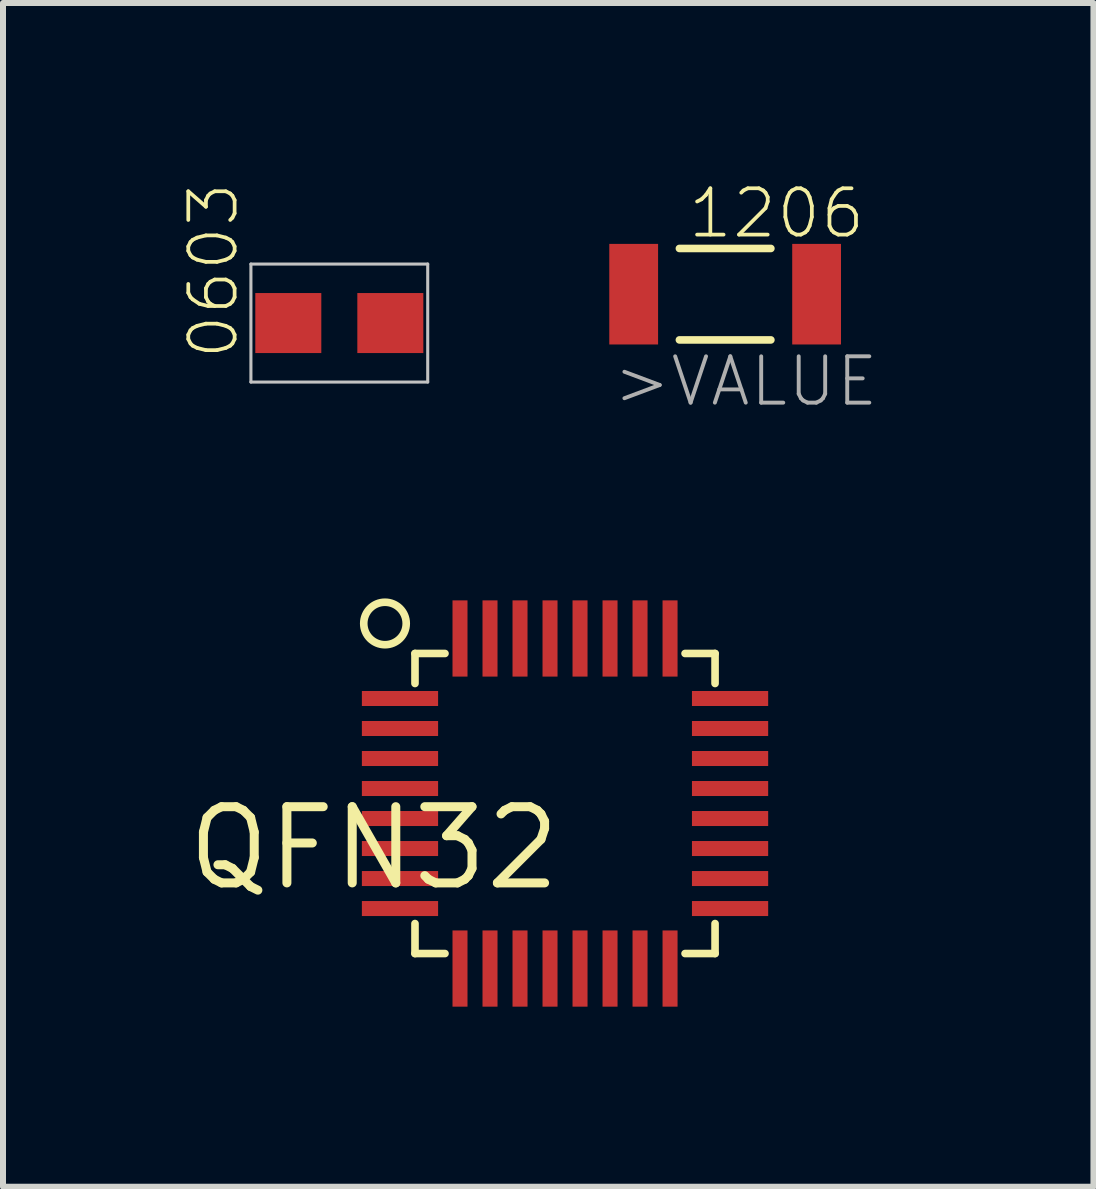
<source format=kicad_pcb>
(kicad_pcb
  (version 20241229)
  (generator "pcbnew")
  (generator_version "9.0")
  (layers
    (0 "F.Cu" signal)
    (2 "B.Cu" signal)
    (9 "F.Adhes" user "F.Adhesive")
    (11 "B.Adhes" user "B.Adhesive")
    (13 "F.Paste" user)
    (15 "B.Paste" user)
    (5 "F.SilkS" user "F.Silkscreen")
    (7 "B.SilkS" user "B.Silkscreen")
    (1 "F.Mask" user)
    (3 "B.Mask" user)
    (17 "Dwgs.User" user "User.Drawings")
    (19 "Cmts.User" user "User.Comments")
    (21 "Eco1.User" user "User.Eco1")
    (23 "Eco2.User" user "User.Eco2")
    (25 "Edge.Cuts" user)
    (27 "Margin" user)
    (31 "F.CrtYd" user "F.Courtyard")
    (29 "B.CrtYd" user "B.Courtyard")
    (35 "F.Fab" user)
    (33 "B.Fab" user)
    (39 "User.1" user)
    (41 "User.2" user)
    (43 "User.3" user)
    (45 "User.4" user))
  (footprint "QFN32"
    (layer "F.Cu")
    (at 6.365 10.339)
    (property "Reference" "QFN32" (at 0 0 0) (layer "F.SilkS") (effects (font (size 1.27 1.27) (thickness 0.15)) (justify right top)))
    (attr smd)
    (fp_line (start -2.5 -2.5) (end -2.5 -2) (stroke (width 0.127) (type solid)) (layer "F.SilkS"))
    (fp_line (start -2.5 2) (end -2.5 2.5) (stroke (width 0.127) (type solid)) (layer "F.SilkS"))
    (fp_line (start -2.5 2.5) (end -2 2.5) (stroke (width 0.127) (type solid)) (layer "F.SilkS"))
    (fp_line (start -2 -2.5) (end -2.5 -2.5) (stroke (width 0.127) (type solid)) (layer "F.SilkS"))
    (fp_line (start 2 2.5) (end 2.5 2.5) (stroke (width 0.127) (type solid)) (layer "F.SilkS"))
    (fp_line (start 2.5 -2.5) (end 2 -2.5) (stroke (width 0.127) (type solid)) (layer "F.SilkS"))
    (fp_line (start 2.5 -2) (end 2.5 -2.5) (stroke (width 0.127) (type solid)) (layer "F.SilkS"))
    (fp_line (start 2.5 2.5) (end 2.5 2) (stroke (width 0.127) (type solid)) (layer "F.SilkS"))
    (fp_circle (center -3 -3) (end -2.646 -3) (stroke (width 0.127) (type solid)) (fill no) (layer "F.SilkS"))
    (pad "P$1" smd rect (at -2.75 -1.75) (size 1.27 0.25) (layers "F.Cu" "F.Mask" "F.Paste"))
    (pad "P$2" smd rect (at -2.75 -1.25) (size 1.27 0.25) (layers "F.Cu" "F.Mask" "F.Paste"))
    (pad "P$3" smd rect (at -2.75 -0.75) (size 1.27 0.25) (layers "F.Cu" "F.Mask" "F.Paste"))
    (pad "P$4" smd rect (at -2.75 -0.25) (size 1.27 0.25) (layers "F.Cu" "F.Mask" "F.Paste"))
    (pad "P$5" smd rect (at -2.75 0.25) (size 1.27 0.25) (layers "F.Cu" "F.Mask" "F.Paste"))
    (pad "P$6" smd rect (at -2.75 0.75) (size 1.27 0.25) (layers "F.Cu" "F.Mask" "F.Paste"))
    (pad "P$7" smd rect (at -2.75 1.25) (size 1.27 0.25) (layers "F.Cu" "F.Mask" "F.Paste"))
    (pad "P$8" smd rect (at -2.75 1.75) (size 1.27 0.25) (layers "F.Cu" "F.Mask" "F.Paste"))
    (pad "P$9" smd rect (at -1.75 2.75 90) (size 1.27 0.25) (layers "F.Cu" "F.Mask" "F.Paste"))
    (pad "P$10" smd rect (at -1.25 2.75 90) (size 1.27 0.25) (layers "F.Cu" "F.Mask" "F.Paste"))
    (pad "P$11" smd rect (at -0.75 2.75 90) (size 1.27 0.25) (layers "F.Cu" "F.Mask" "F.Paste"))
    (pad "P$12" smd rect (at -0.25 2.75 90) (size 1.27 0.25) (layers "F.Cu" "F.Mask" "F.Paste"))
    (pad "P$13" smd rect (at 0.25 2.75 90) (size 1.27 0.25) (layers "F.Cu" "F.Mask" "F.Paste"))
    (pad "P$14" smd rect (at 0.75 2.75 90) (size 1.27 0.25) (layers "F.Cu" "F.Mask" "F.Paste"))
    (pad "P$15" smd rect (at 1.25 2.75 90) (size 1.27 0.25) (layers "F.Cu" "F.Mask" "F.Paste"))
    (pad "P$16" smd rect (at 1.75 2.75 90) (size 1.27 0.25) (layers "F.Cu" "F.Mask" "F.Paste"))
    (pad "P$17" smd rect (at 2.75 1.75 180) (size 1.27 0.25) (layers "F.Cu" "F.Mask" "F.Paste"))
    (pad "P$18" smd rect (at 2.75 1.25 180) (size 1.27 0.25) (layers "F.Cu" "F.Mask" "F.Paste"))
    (pad "P$19" smd rect (at 2.75 0.75 180) (size 1.27 0.25) (layers "F.Cu" "F.Mask" "F.Paste"))
    (pad "P$20" smd rect (at 2.75 0.25 180) (size 1.27 0.25) (layers "F.Cu" "F.Mask" "F.Paste"))
    (pad "P$21" smd rect (at 2.75 -0.25 180) (size 1.27 0.25) (layers "F.Cu" "F.Mask" "F.Paste"))
    (pad "P$22" smd rect (at 2.75 -0.75 180) (size 1.27 0.25) (layers "F.Cu" "F.Mask" "F.Paste"))
    (pad "P$23" smd rect (at 2.75 -1.25 180) (size 1.27 0.25) (layers "F.Cu" "F.Mask" "F.Paste"))
    (pad "P$24" smd rect (at 2.75 -1.75 180) (size 1.27 0.25) (layers "F.Cu" "F.Mask" "F.Paste"))
    (pad "P$25" smd rect (at 1.75 -2.75 270) (size 1.27 0.25) (layers "F.Cu" "F.Mask" "F.Paste"))
    (pad "P$26" smd rect (at 1.25 -2.75 270) (size 1.27 0.25) (layers "F.Cu" "F.Mask" "F.Paste"))
    (pad "P$27" smd rect (at 0.75 -2.75 270) (size 1.27 0.25) (layers "F.Cu" "F.Mask" "F.Paste"))
    (pad "P$28" smd rect (at 0.25 -2.75 270) (size 1.27 0.25) (layers "F.Cu" "F.Mask" "F.Paste"))
    (pad "P$29" smd rect (at -0.25 -2.75 270) (size 1.27 0.25) (layers "F.Cu" "F.Mask" "F.Paste"))
    (pad "P$30" smd rect (at -0.75 -2.75 270) (size 1.27 0.25) (layers "F.Cu" "F.Mask" "F.Paste"))
    (pad "P$31" smd rect (at -1.25 -2.75 270) (size 1.27 0.25) (layers "F.Cu" "F.Mask" "F.Paste"))
    (pad "P$32" smd rect (at -1.75 -2.75 270) (size 1.27 0.25) (layers "F.Cu" "F.Mask" "F.Paste")))
  (footprint "0603"
    (layer "F.Cu")
    (at 2.604 2.333)
    (property "Reference" "0603" (at -1.647 0.639 270) (layer "F.SilkS") (effects (font (size 0.772 0.772) (thickness 0.062)) (justify left bottom)))
    (attr smd)
    (fp_line (start -1.473 -0.983) (end 1.473 -0.983) (stroke (width 0.051) (type solid)) (layer "Dwgs.User"))
    (fp_line (start -1.473 0.983) (end -1.473 -0.983) (stroke (width 0.051) (type solid)) (layer "Dwgs.User"))
    (fp_line (start 1.473 -0.983) (end 1.473 0.983) (stroke (width 0.051) (type solid)) (layer "Dwgs.User"))
    (fp_line (start 1.473 0.983) (end -1.473 0.983) (stroke (width 0.051) (type solid)) (layer "Dwgs.User"))
    (pad "1" smd rect (at -0.85 0) (size 1.1 1) (layers "F.Cu" "F.Mask" "F.Paste"))
    (pad "2" smd rect (at 0.85 0) (size 1.1 1) (layers "F.Cu" "F.Mask" "F.Paste")))
  (footprint "1206"
    (layer "F.Cu")
    (at 9.033 1.852)
    (property "Reference" "1206" (at -0.655 -0.895 0) (layer "F.SilkS") (effects (font (size 0.772 0.772) (thickness 0.062)) (justify left bottom)))
    (attr smd)
    (fp_line (start -0.762 -0.762) (end 0.762 -0.762) (stroke (width 0.127) (type solid)) (layer "F.SilkS"))
    (fp_line (start -0.762 0.762) (end 0.762 0.762) (stroke (width 0.127) (type solid)) (layer "F.SilkS"))
    (fp_text user ">VALUE " (at -1.905 1.905 0) (layer "F.Fab") (effects (font (size 0.772 0.772) (thickness 0.065)) (justify left bottom)))
    (pad "P$1" smd rect (at -1.524 0 90) (size 1.676 0.813) (layers "F.Cu" "F.Mask" "F.Paste"))
    (pad "P$2" smd rect (at 1.524 0 90) (size 1.676 0.813) (layers "F.Cu" "F.Mask" "F.Paste")))
  (gr_rect
    (start -3 -3)
    (end 15.17 16.724)
    (stroke (width 0.1) (type default))
    (fill no)
    (layer "Edge.Cuts")))
</source>
